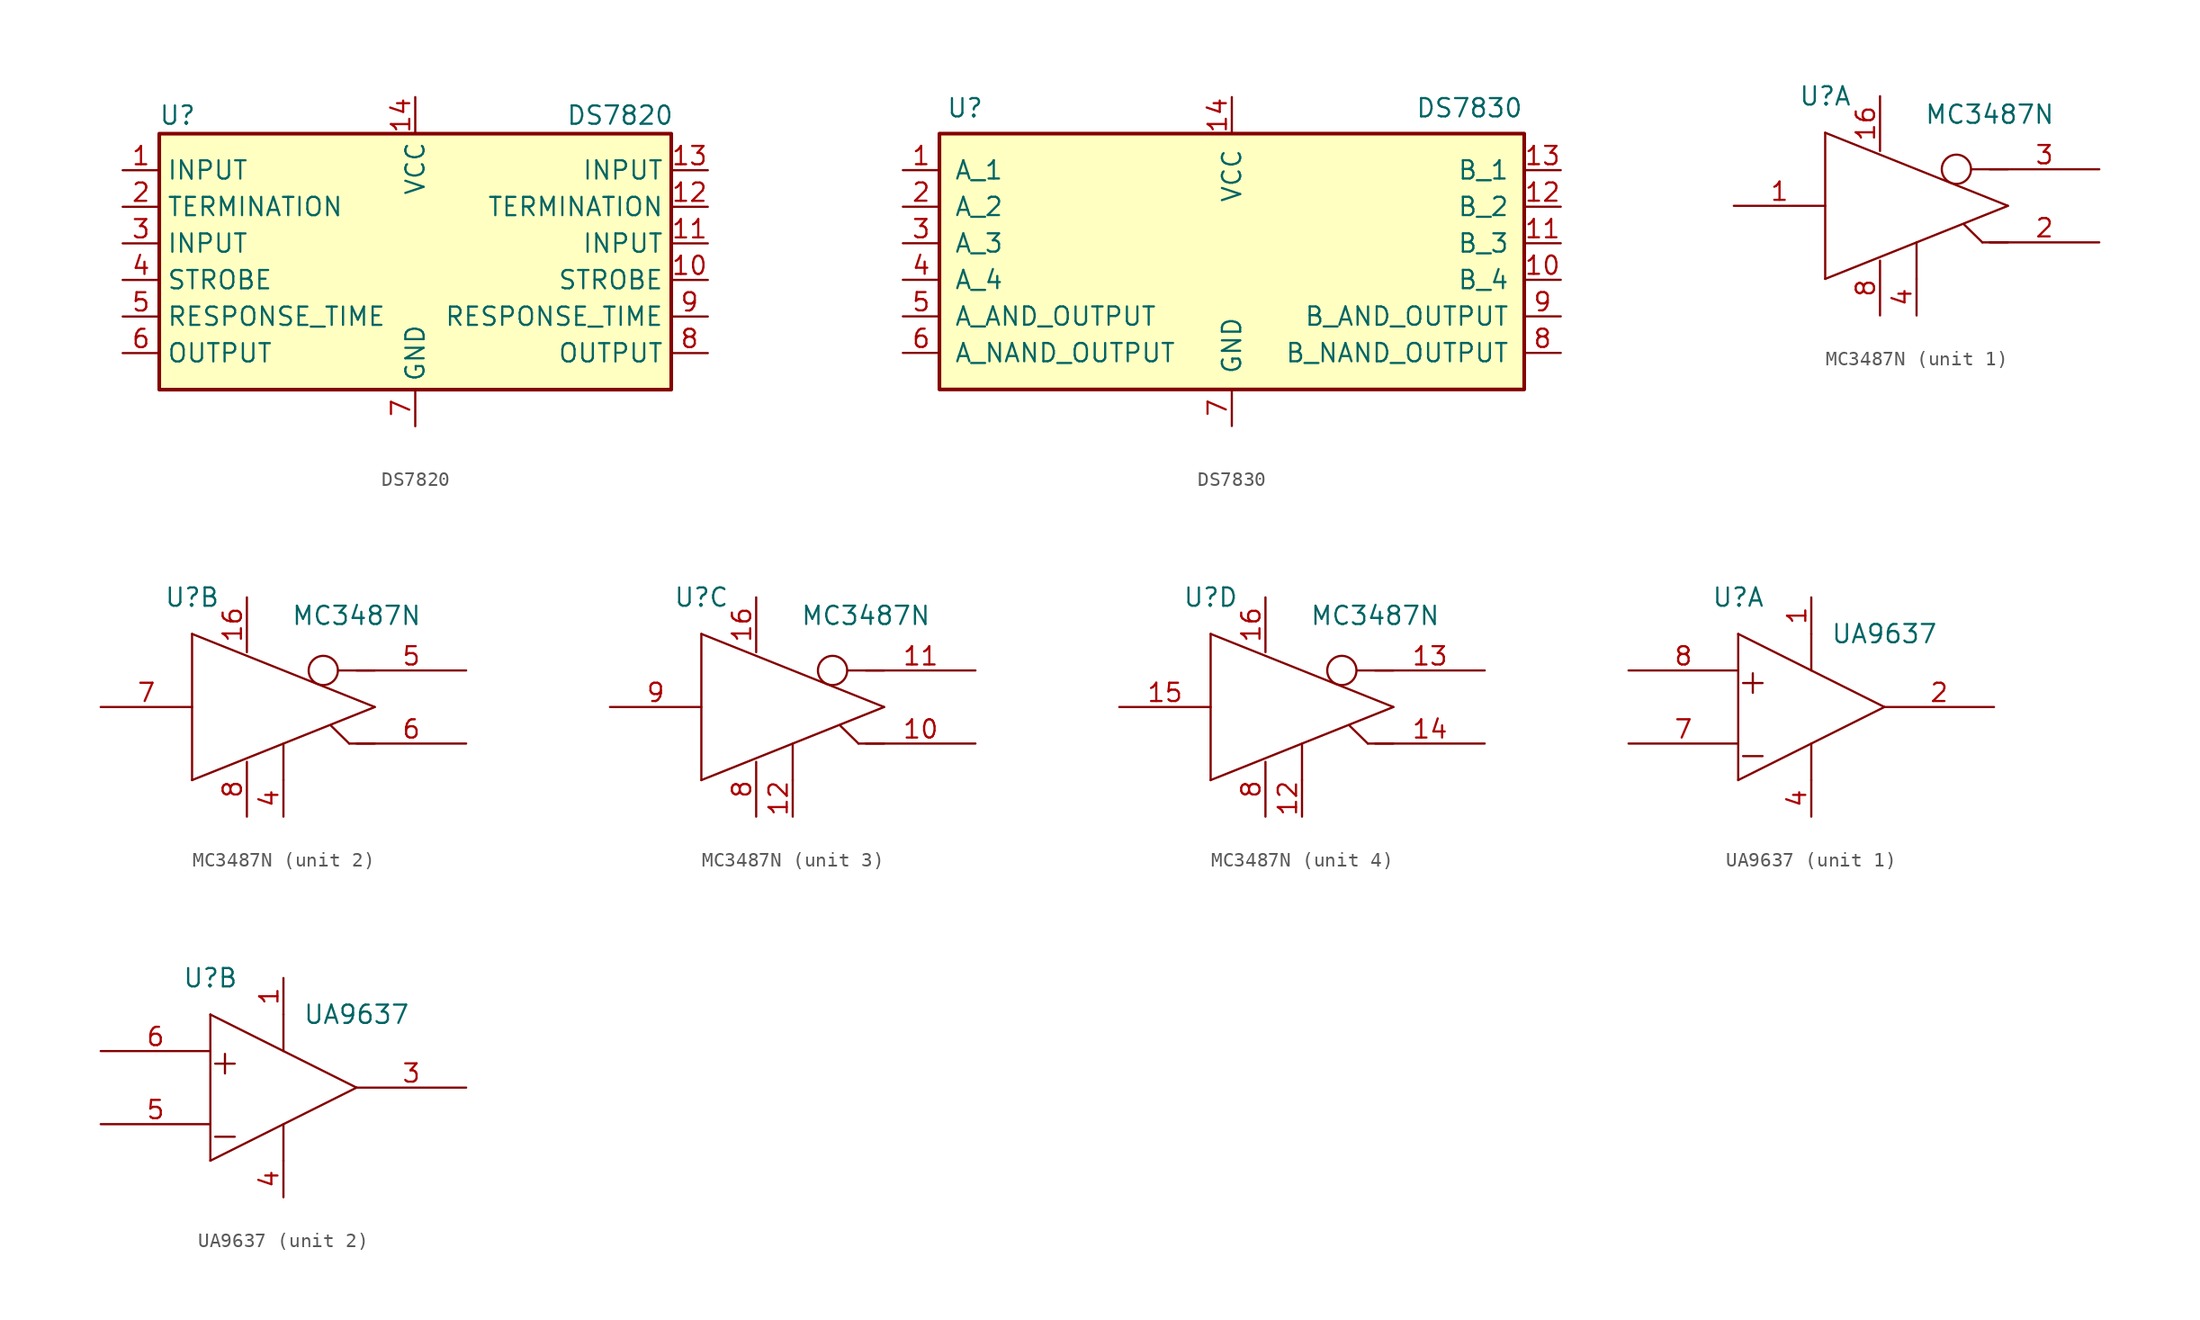
<source format=kicad_sym>
(kicad_symbol_lib
  (version 20211014)
  (generator kicad_symbol_editor)
  (symbol "DS7820"
    (property "Reference" "U"
      (at -16.51 8.89 0)
      (effects (font (size 1.27 1.27))))
    (property "Value" "DS7820"
      (at 14.224 8.89 0)
      (effects (font (size 1.27 1.27))))
    (symbol "DS7820_0_1"
      (rectangle (start -17.78 7.62) (end 17.78 -10.16) (stroke (width 0.254) (type default) (color 0 0 0 0)) (fill (type background))))
    (symbol "DS7820_1_1"
      (pin input line (at -20.32 5.08 0) (length 2.54) (name "INPUT" (effects (font (size 1.27 1.27)))) (number "1" (effects (font (size 1.27 1.27)))))
      (pin input line (at 20.32 -2.54 180) (length 2.54) (name "STROBE" (effects (font (size 1.27 1.27)))) (number "10" (effects (font (size 1.27 1.27)))))
      (pin input line (at 20.32 0 180) (length 2.54) (name "INPUT" (effects (font (size 1.27 1.27)))) (number "11" (effects (font (size 1.27 1.27)))))
      (pin input line (at 20.32 2.54 180) (length 2.54) (name "TERMINATION" (effects (font (size 1.27 1.27)))) (number "12" (effects (font (size 1.27 1.27)))))
      (pin input line (at 20.32 5.08 180) (length 2.54) (name "INPUT" (effects (font (size 1.27 1.27)))) (number "13" (effects (font (size 1.27 1.27)))))
      (pin power_in line (at 0 10.16 270) (length 2.54) (name "VCC" (effects (font (size 1.27 1.27)))) (number "14" (effects (font (size 1.27 1.27)))))
      (pin input line (at -20.32 2.54 0) (length 2.54) (name "TERMINATION" (effects (font (size 1.27 1.27)))) (number "2" (effects (font (size 1.27 1.27)))))
      (pin input line (at -20.32 0 0) (length 2.54) (name "INPUT" (effects (font (size 1.27 1.27)))) (number "3" (effects (font (size 1.27 1.27)))))
      (pin input line (at -20.32 -2.54 0) (length 2.54) (name "STROBE" (effects (font (size 1.27 1.27)))) (number "4" (effects (font (size 1.27 1.27)))))
      (pin input line (at -20.32 -5.08 0) (length 2.54) (name "RESPONSE_TIME" (effects (font (size 1.27 1.27)))) (number "5" (effects (font (size 1.27 1.27)))))
      (pin input line (at -20.32 -7.62 0) (length 2.54) (name "OUTPUT" (effects (font (size 1.27 1.27)))) (number "6" (effects (font (size 1.27 1.27)))))
      (pin power_in line (at 0 -12.7 90) (length 2.54) (name "GND" (effects (font (size 1.27 1.27)))) (number "7" (effects (font (size 1.27 1.27)))))
      (pin output line (at 20.32 -7.62 180) (length 2.54) (name "OUTPUT" (effects (font (size 1.27 1.27)))) (number "8" (effects (font (size 1.27 1.27)))))
      (pin input line (at 20.32 -5.08 180) (length 2.54) (name "RESPONSE_TIME" (effects (font (size 1.27 1.27)))) (number "9" (effects (font (size 1.27 1.27)))))))
  (symbol "DS7830"
    (pin_names
      (offset 1.016))
    (property "Reference" "U"
      (at -18.542 9.398 0)
      (effects (font (size 1.27 1.27))))
    (property "Value" "DS7830"
      (at 16.51 9.398 0)
      (effects (font (size 1.27 1.27))))
    (symbol "DS7830_0_1"
      (rectangle (start -20.32 7.62) (end 20.32 -10.16) (stroke (width 0.254) (type default) (color 0 0 0 0)) (fill (type background))))
    (symbol "DS7830_1_1"
      (pin input line (at -22.86 5.08 0) (length 2.54) (name "A_1" (effects (font (size 1.27 1.27)))) (number "1" (effects (font (size 1.27 1.27)))))
      (pin input line (at 22.86 -2.54 180) (length 2.54) (name "B_4" (effects (font (size 1.27 1.27)))) (number "10" (effects (font (size 1.27 1.27)))))
      (pin input line (at 22.86 0 180) (length 2.54) (name "B_3" (effects (font (size 1.27 1.27)))) (number "11" (effects (font (size 1.27 1.27)))))
      (pin input line (at 22.86 2.54 180) (length 2.54) (name "B_2" (effects (font (size 1.27 1.27)))) (number "12" (effects (font (size 1.27 1.27)))))
      (pin input line (at 22.86 5.08 180) (length 2.54) (name "B_1" (effects (font (size 1.27 1.27)))) (number "13" (effects (font (size 1.27 1.27)))))
      (pin power_in line (at 0 10.16 270) (length 2.54) (name "VCC" (effects (font (size 1.27 1.27)))) (number "14" (effects (font (size 1.27 1.27)))))
      (pin input line (at -22.86 2.54 0) (length 2.54) (name "A_2" (effects (font (size 1.27 1.27)))) (number "2" (effects (font (size 1.27 1.27)))))
      (pin input line (at -22.86 0 0) (length 2.54) (name "A_3" (effects (font (size 1.27 1.27)))) (number "3" (effects (font (size 1.27 1.27)))))
      (pin input line (at -22.86 -2.54 0) (length 2.54) (name "A_4" (effects (font (size 1.27 1.27)))) (number "4" (effects (font (size 1.27 1.27)))))
      (pin input line (at -22.86 -5.08 0) (length 2.54) (name "A_AND_OUTPUT" (effects (font (size 1.27 1.27)))) (number "5" (effects (font (size 1.27 1.27)))))
      (pin input line (at -22.86 -7.62 0) (length 2.54) (name "A_NAND_OUTPUT" (effects (font (size 1.27 1.27)))) (number "6" (effects (font (size 1.27 1.27)))))
      (pin power_in line (at 0 -12.7 90) (length 2.54) (name "GND" (effects (font (size 1.27 1.27)))) (number "7" (effects (font (size 1.27 1.27)))))
      (pin input line (at 22.86 -7.62 180) (length 2.54) (name "B_NAND_OUTPUT" (effects (font (size 1.27 1.27)))) (number "8" (effects (font (size 1.27 1.27)))))
      (pin input line (at 22.86 -5.08 180) (length 2.54) (name "B_AND_OUTPUT" (effects (font (size 1.27 1.27)))) (number "9" (effects (font (size 1.27 1.27)))))))
  (symbol "MC3487N"
    (pin_names
      (offset 1.016) hide)
    (property "Reference" "U"
      (at -6.35 7.62 0)
      (effects (font (size 1.27 1.27))))
    (property "Value" "MC3487N"
      (at 5.08 6.35 0)
      (effects (font (size 1.27 1.27))))
    (symbol "MC3487N_0_1"
      (polyline (pts (xy -6.35 -5.08) (xy 6.35 0)) (stroke (width 0) (type default) (color 0 0 0 0)) (fill (type none)))
      (polyline (pts (xy -6.35 5.08) (xy -6.35 -5.08)) (stroke (width 0) (type default) (color 0 0 0 0)) (fill (type none)))
      (polyline (pts (xy 0 -5.08) (xy 0 -2.54)) (stroke (width 0) (type default) (color 0 0 0 0)) (fill (type none)))
      (polyline (pts (xy 3.81 2.54) (xy 6.35 2.54)) (stroke (width 0) (type default) (color 0 0 0 0)) (fill (type none)))
      (polyline (pts (xy 4.572 -2.54) (xy 3.277 -1.27)) (stroke (width 0) (type default) (color 0 0 0 0)) (fill (type none)))
      (polyline (pts (xy 6.35 -2.54) (xy 4.572 -2.54)) (stroke (width 0) (type default) (color 0 0 0 0)) (fill (type none)))
      (polyline (pts (xy 6.35 0) (xy -6.35 5.08)) (stroke (width 0) (type default) (color 0 0 0 0)) (fill (type none)))
      (circle (center 2.769 2.54) (radius 1.016) (stroke (width 0) (type default) (color 0 0 0 0)) (fill (type none))))
    (symbol "MC3487N_1_1"
      (pin input line (at -12.7 0 0) (length 6.35) (name "INPUT" (effects (font (size 1.27 1.27)))) (number "1" (effects (font (size 1.27 1.27)))))
      (pin power_in line (at -2.54 7.62 270) (length 3.81) (name "VCC" (effects (font (size 1.27 1.27)))) (number "16" (effects (font (size 1.27 1.27)))))
      (pin tri_state line (at 12.7 -2.54 180) (length 7.62) (name "OUT+" (effects (font (size 1.27 1.27)))) (number "2" (effects (font (size 1.27 1.27)))))
      (pin tri_state line (at 12.7 2.54 180) (length 7.62) (name "OUT-" (effects (font (size 1.27 1.27)))) (number "3" (effects (font (size 1.27 1.27)))))
      (pin input line (at 0 -7.62 90) (length 2.54) (name "ENABLE" (effects (font (size 1.27 1.27)))) (number "4" (effects (font (size 1.27 1.27)))))
      (pin power_in line (at -2.54 -7.62 90) (length 3.81) (name "GND" (effects (font (size 1.27 1.27)))) (number "8" (effects (font (size 1.27 1.27))))))
    (symbol "MC3487N_2_1"
      (pin power_in line (at -2.54 7.62 270) (length 3.81) (name "VCC" (effects (font (size 1.27 1.27)))) (number "16" (effects (font (size 1.27 1.27)))))
      (pin input line (at 0 -7.62 90) (length 2.54) (name "ENABLE" (effects (font (size 1.27 1.27)))) (number "4" (effects (font (size 1.27 1.27)))))
      (pin tri_state line (at 12.7 2.54 180) (length 7.62) (name "OUT-" (effects (font (size 1.27 1.27)))) (number "5" (effects (font (size 1.27 1.27)))))
      (pin tri_state line (at 12.7 -2.54 180) (length 7.62) (name "OUT+" (effects (font (size 1.27 1.27)))) (number "6" (effects (font (size 1.27 1.27)))))
      (pin input line (at -12.7 0 0) (length 6.35) (name "INPUT" (effects (font (size 1.27 1.27)))) (number "7" (effects (font (size 1.27 1.27)))))
      (pin power_in line (at -2.54 -7.62 90) (length 3.81) (name "GND" (effects (font (size 1.27 1.27)))) (number "8" (effects (font (size 1.27 1.27))))))
    (symbol "MC3487N_3_1"
      (pin tri_state line (at 12.7 -2.54 180) (length 7.62) (name "OUT+" (effects (font (size 1.27 1.27)))) (number "10" (effects (font (size 1.27 1.27)))))
      (pin tri_state line (at 12.7 2.54 180) (length 7.62) (name "OUT-" (effects (font (size 1.27 1.27)))) (number "11" (effects (font (size 1.27 1.27)))))
      (pin input line (at 0 -7.62 90) (length 2.54) (name "ENABLE" (effects (font (size 1.27 1.27)))) (number "12" (effects (font (size 1.27 1.27)))))
      (pin power_in line (at -2.54 7.62 270) (length 3.81) (name "VCC" (effects (font (size 1.27 1.27)))) (number "16" (effects (font (size 1.27 1.27)))))
      (pin power_in line (at -2.54 -7.62 90) (length 3.81) (name "GND" (effects (font (size 1.27 1.27)))) (number "8" (effects (font (size 1.27 1.27)))))
      (pin input line (at -12.7 0 0) (length 6.35) (name "INPUT" (effects (font (size 1.27 1.27)))) (number "9" (effects (font (size 1.27 1.27))))))
    (symbol "MC3487N_4_1"
      (pin input line (at 0 -7.62 90) (length 2.54) (name "ENABLE" (effects (font (size 1.27 1.27)))) (number "12" (effects (font (size 1.27 1.27)))))
      (pin tri_state line (at 12.7 2.54 180) (length 7.62) (name "OUT-" (effects (font (size 1.27 1.27)))) (number "13" (effects (font (size 1.27 1.27)))))
      (pin tri_state line (at 12.7 -2.54 180) (length 7.62) (name "OUT+" (effects (font (size 1.27 1.27)))) (number "14" (effects (font (size 1.27 1.27)))))
      (pin input line (at -12.7 0 0) (length 6.35) (name "INPUT" (effects (font (size 1.27 1.27)))) (number "15" (effects (font (size 1.27 1.27)))))
      (pin power_in line (at -2.54 7.62 270) (length 3.81) (name "VCC" (effects (font (size 1.27 1.27)))) (number "16" (effects (font (size 1.27 1.27)))))
      (pin power_in line (at -2.54 -7.62 90) (length 3.81) (name "GND" (effects (font (size 1.27 1.27)))) (number "8" (effects (font (size 1.27 1.27)))))))
  (symbol "UA9637"
    (pin_names
      (offset 1.016) hide)
    (property "Reference" "U"
      (at -5.08 7.62 0)
      (effects (font (size 1.27 1.27))))
    (property "Value" "UA9637"
      (at 5.08 5.08 0)
      (effects (font (size 1.27 1.27))))
    (symbol "UA9637_0_1"
      (polyline (pts (xy -5.08 5.08) (xy -5.08 -5.08)) (stroke (width 0) (type default) (color 0 0 0 0)) (fill (type none)))
      (polyline (pts (xy -5.08 5.08) (xy 5.08 0)) (stroke (width 0) (type default) (color 0 0 0 0)) (fill (type none)))
      (polyline (pts (xy 0 -2.54) (xy 0 -5.08)) (stroke (width 0) (type default) (color 0 0 0 0)) (fill (type none)))
      (polyline (pts (xy 0 5.08) (xy 0 2.54)) (stroke (width 0) (type default) (color 0 0 0 0)) (fill (type none)))
      (polyline (pts (xy 5.08 0) (xy -5.08 -5.08)) (stroke (width 0) (type default) (color 0 0 0 0)) (fill (type none)))
      (text "+" (at -4.064 1.803 0) (effects (font (size 1.778 1.778))))
      (text "-" (at -4.064 -3.277 0) (effects (font (size 1.778 1.778)))))
    (symbol "UA9637_1_1"
      (pin power_in line (at 0 7.62 270) (length 2.54) (name "VCC" (effects (font (size 1.27 1.27)))) (number "1" (effects (font (size 1.27 1.27)))))
      (pin output line (at 12.7 0 180) (length 7.62) (name "OUT" (effects (font (size 1.27 1.27)))) (number "2" (effects (font (size 1.27 1.27)))))
      (pin power_in line (at 0 -7.62 90) (length 2.54) (name "GND" (effects (font (size 1.27 1.27)))) (number "4" (effects (font (size 1.27 1.27)))))
      (pin input line (at -12.7 -2.54 0) (length 7.62) (name "IN-" (effects (font (size 1.27 1.27)))) (number "7" (effects (font (size 1.27 1.27)))))
      (pin input line (at -12.7 2.54 0) (length 7.62) (name "IN+" (effects (font (size 1.27 1.27)))) (number "8" (effects (font (size 1.27 1.27))))))
    (symbol "UA9637_2_1"
      (pin power_in line (at 0 7.62 270) (length 2.54) (name "VCC" (effects (font (size 1.27 1.27)))) (number "1" (effects (font (size 1.27 1.27)))))
      (pin output line (at 12.7 0 180) (length 7.62) (name "OUT" (effects (font (size 1.27 1.27)))) (number "3" (effects (font (size 1.27 1.27)))))
      (pin power_in line (at 0 -7.62 90) (length 2.54) (name "GND" (effects (font (size 1.27 1.27)))) (number "4" (effects (font (size 1.27 1.27)))))
      (pin input line (at -12.7 -2.54 0) (length 7.62) (name "IN-" (effects (font (size 1.27 1.27)))) (number "5" (effects (font (size 1.27 1.27)))))
      (pin input line (at -12.7 2.54 0) (length 7.62) (name "IN+" (effects (font (size 1.27 1.27)))) (number "6" (effects (font (size 1.27 1.27))))))))
</source>
